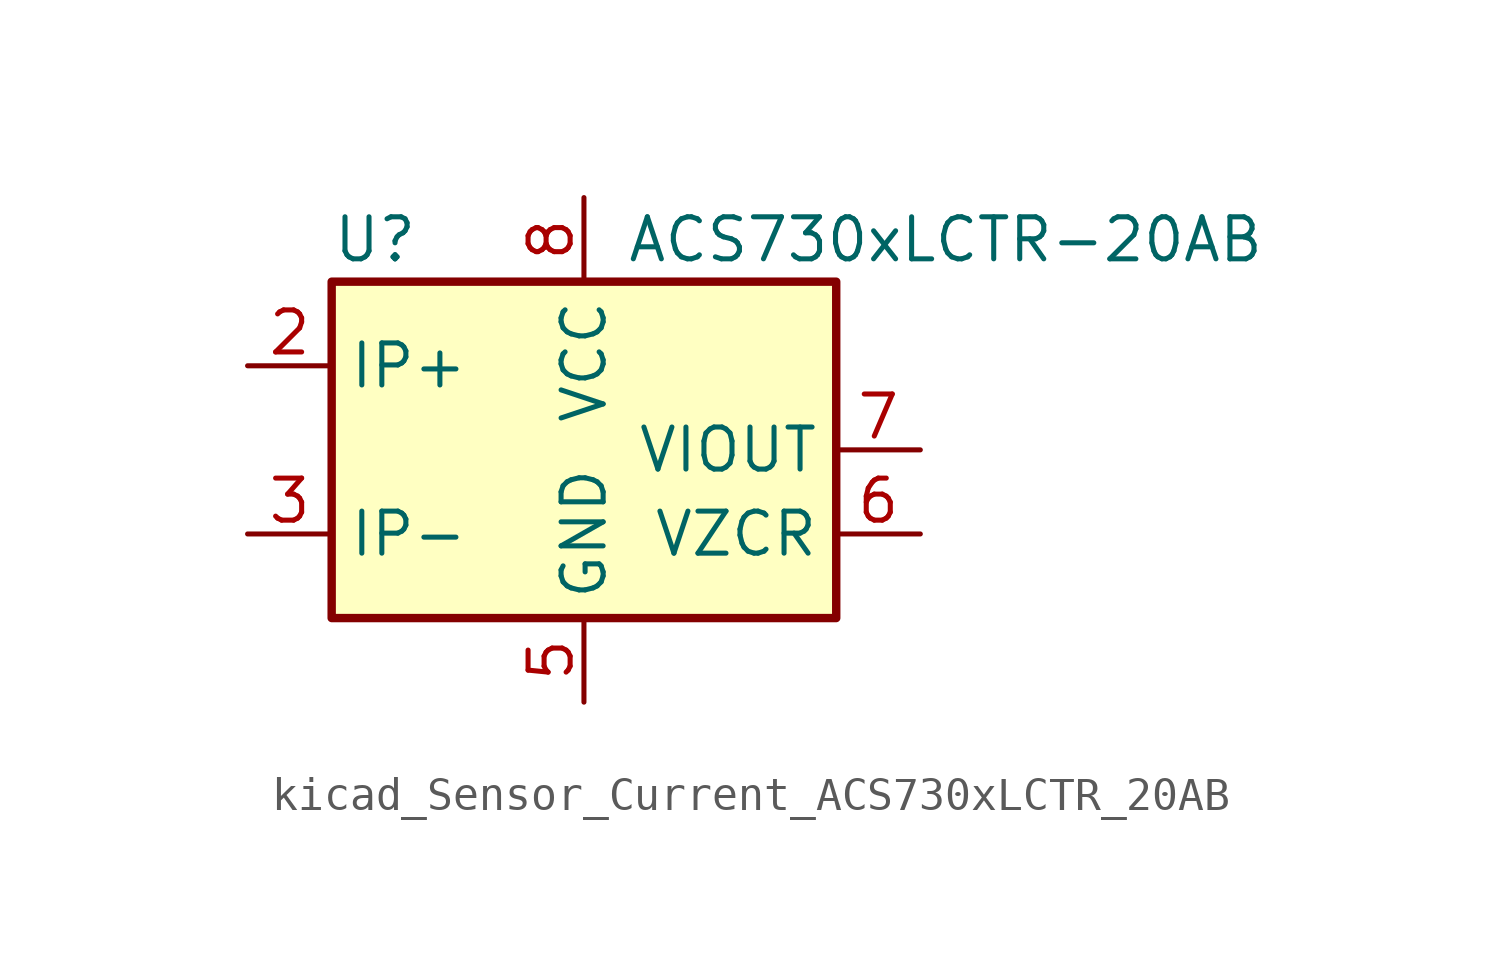
<source format=kicad_sym>
(kicad_symbol_lib
  (version 20220914)
  (generator kicad_symbol_editor)
  (symbol "kicad_Sensor_Current_ACS730xLCTR_20AB"
    (property "Reference" "U"
      (at -7.62 6.35 0)
      (effects (font (size 1.27 1.27)) (justify left)))
    (property "Value" "ACS730xLCTR-20AB"
      (at 1.27 6.35 0)
      (effects (font (size 1.27 1.27)) (justify left)))
    (symbol "kicad_Sensor_Current_ACS730xLCTR_20AB_0_1"
      (rectangle (start -7.62 5.08) (end 7.62 -5.08) (stroke (width 0.254) (type default)) (fill (type background))))
    (symbol "kicad_Sensor_Current_ACS730xLCTR_20AB_1_1"
      (pin passive line (at -10.16 2.54 0) (length 2.54) hide (name "IP+" (effects (font (size 1.27 1.27)))) (number "1" (effects (font (size 1.27 1.27)))))
      (pin passive line (at -10.16 2.54 0) (length 2.54) (name "IP+" (effects (font (size 1.27 1.27)))) (number "2" (effects (font (size 1.27 1.27)))))
      (pin passive line (at -10.16 -2.54 0) (length 2.54) (name "IP-" (effects (font (size 1.27 1.27)))) (number "3" (effects (font (size 1.27 1.27)))))
      (pin passive line (at -10.16 -2.54 0) (length 2.54) hide (name "IP-" (effects (font (size 1.27 1.27)))) (number "4" (effects (font (size 1.27 1.27)))))
      (pin power_in line (at 0 -7.62 90) (length 2.54) (name "GND" (effects (font (size 1.27 1.27)))) (number "5" (effects (font (size 1.27 1.27)))))
      (pin passive line (at 10.16 -2.54 180) (length 2.54) (name "VZCR" (effects (font (size 1.27 1.27)))) (number "6" (effects (font (size 1.27 1.27)))))
      (pin output line (at 10.16 0 180) (length 2.54) (name "VIOUT" (effects (font (size 1.27 1.27)))) (number "7" (effects (font (size 1.27 1.27)))))
      (pin power_in line (at 0 7.62 270) (length 2.54) (name "VCC" (effects (font (size 1.27 1.27)))) (number "8" (effects (font (size 1.27 1.27))))))))
</source>
